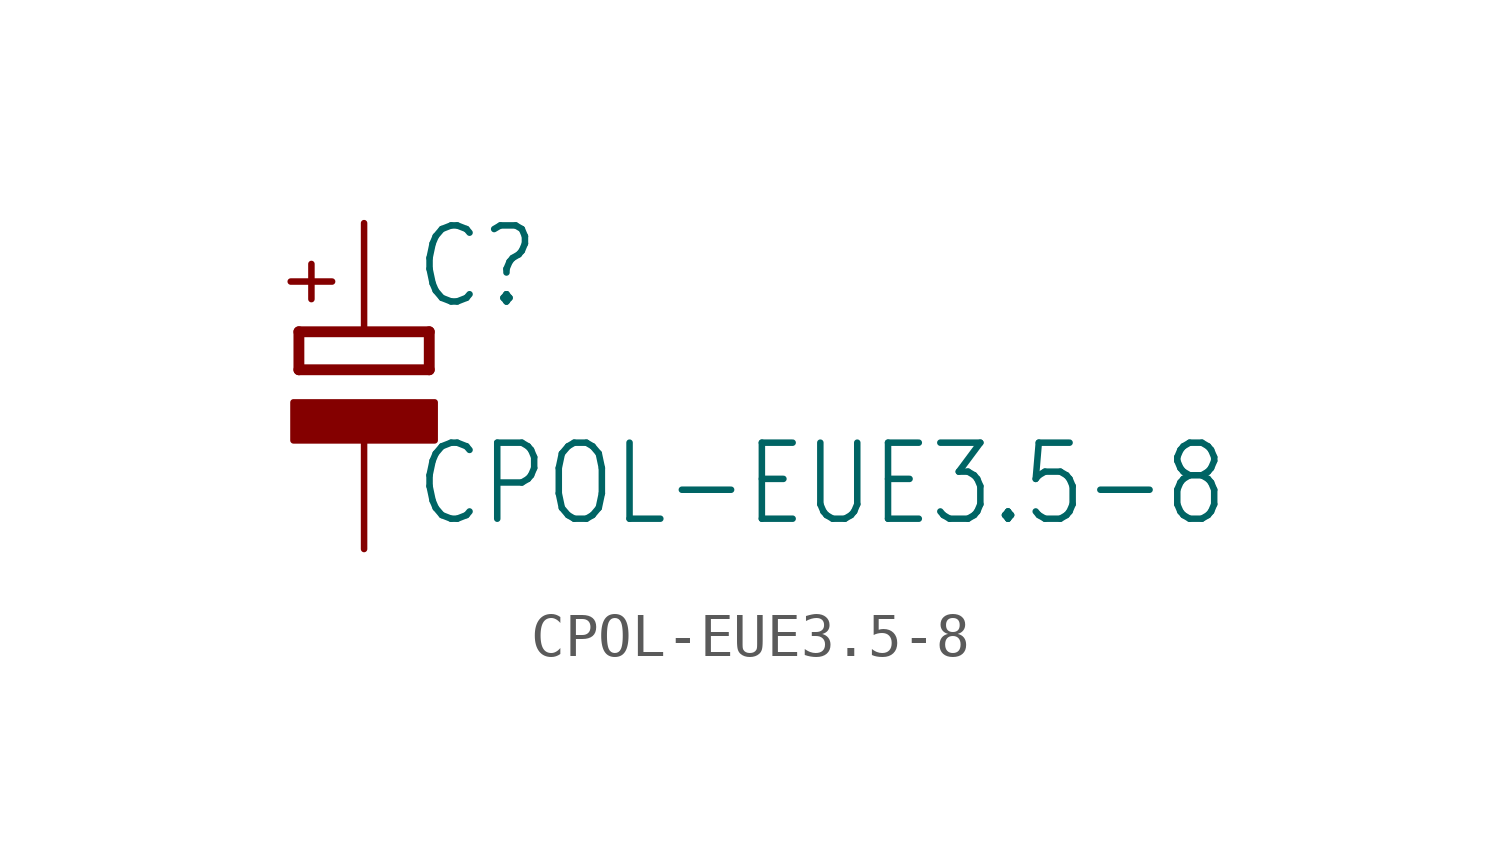
<source format=kicad_sym>
(kicad_symbol_lib
  (version 20211014)
  (generator kicad_symbol_editor)
  (symbol "CPOL-EUE3.5-8"
    (property "Reference" "C"
      (at 1.143 0.483 0)
      (effects (font (size 1.778 1.511)) (justify left bottom)))
    (property "Value" "CPOL-EUE3.5-8"
      (at 1.143 -4.597 0)
      (effects (font (size 1.778 1.511)) (justify left bottom)))
    (property "ki_locked" ""
      (at 0 0 0)
      (effects (font (size 1.27 1.27))))
    (symbol "CPOL-EUE3.5-8_1_0"
      (rectangle (start -1.651 -2.54) (end 1.651 -1.651) (stroke (width 0) (type default) (color 0 0 0 0)) (fill (type outline)))
      (polyline (pts (xy -1.524 -0.889) (xy 1.524 -0.889)) (stroke (width 0.254) (type default) (color 0 0 0 0)) (fill (type none)))
      (polyline (pts (xy -1.524 0) (xy -1.524 -0.889)) (stroke (width 0.254) (type default) (color 0 0 0 0)) (fill (type none)))
      (polyline (pts (xy -1.524 0) (xy 1.524 0)) (stroke (width 0.254) (type default) (color 0 0 0 0)) (fill (type none)))
      (polyline (pts (xy 1.524 -0.889) (xy 1.524 0)) (stroke (width 0.254) (type default) (color 0 0 0 0)) (fill (type none)))
      (text "+" (at -0.584 0.406 900) (effects (font (size 1.27 1.079)) (justify left bottom)))
      (pin passive line (at 0 2.54 270) (length 2.54) (name "+" (effects (font (size 0 0)))) (number "+" (effects (font (size 0 0)))))
      (pin passive line (at 0 -5.08 90) (length 2.54) (name "-" (effects (font (size 0 0)))) (number "-" (effects (font (size 0 0))))))))
</source>
